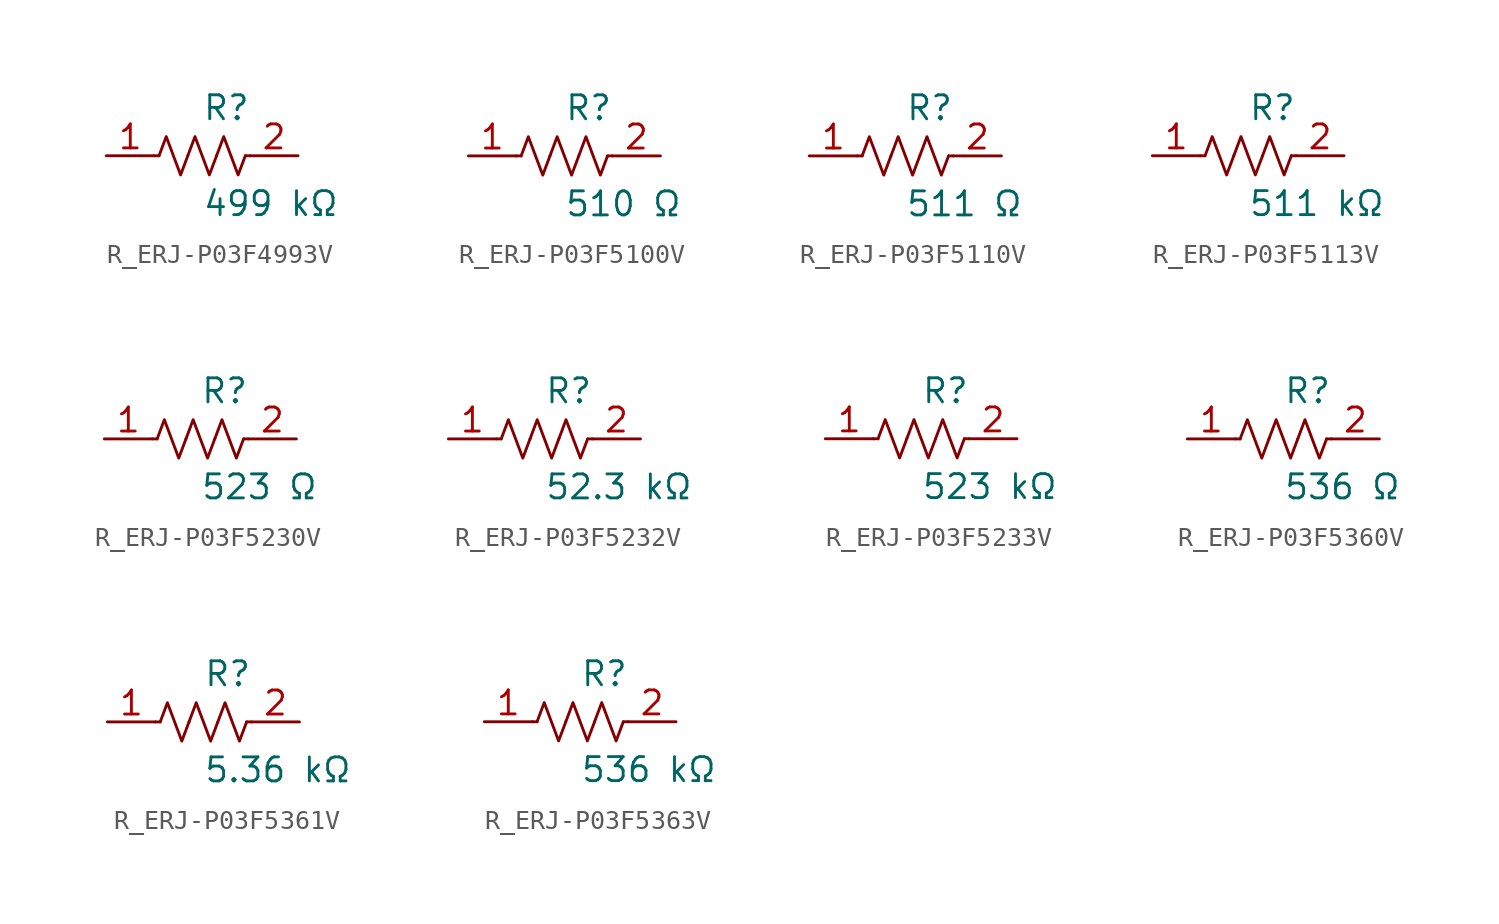
<source format=kicad_sym>
(kicad_symbol_lib
  (version 20231120)
  (generator kicad_symbol_editor)
  (generator_version 8.0)
  (symbol "R_ERJ-P03F4993V"
    (pin_names
      (offset 0.254))
    (property "Reference" "R"
      (at 0.0 2.54 0)
      (effects (font (size 1.27 1.27)) (justify left)))
    (property "Value" "499 kΩ"
      (at 0.0 -2.54 0)
      (effects (font (size 1.27 1.27)) (justify left)))
    (symbol "R_ERJ-P03F4993V_0_1"
      (polyline (pts (xy 2.286 0) (xy 2.54 0)) (stroke (width 0) (type default)) (fill (type none)))
      (polyline (pts (xy -2.286 0) (xy -2.54 0)) (stroke (width 0) (type default)) (fill (type none)))
      (polyline (pts (xy 0.762 0) (xy 1.143 1.016) (xy 1.524 0) (xy 1.905 -1.016) (xy 2.286 0)) (stroke (width 0) (type default)) (fill (type none)))
      (polyline (pts (xy -0.762 0) (xy -0.381 1.016) (xy 0 0) (xy 0.381 -1.016) (xy 0.762 0)) (stroke (width 0) (type default)) (fill (type none)))
      (polyline (pts (xy -2.286 0) (xy -1.905 1.016) (xy -1.524 0) (xy -1.143 -1.016) (xy -0.762 0)) (stroke (width 0) (type default)) (fill (type none))))
    (pin unspecified line
      (at -5.08 0 0)
      (length 2.54)
      (name "" (effects (font (size 1.27 1.27))))
      (number "1" (effects (font (size 1.27 1.27)))))
    (pin unspecified line
      (at 5.08 0 180)
      (length 2.54)
      (name "" (effects (font (size 1.27 1.27))))
      (number "2" (effects (font (size 1.27 1.27))))))
  (symbol "R_ERJ-P03F5100V"
    (pin_names
      (offset 0.254))
    (property "Reference" "R"
      (at 0.0 2.54 0)
      (effects (font (size 1.27 1.27)) (justify left)))
    (property "Value" "510 Ω"
      (at 0.0 -2.54 0)
      (effects (font (size 1.27 1.27)) (justify left)))
    (symbol "R_ERJ-P03F5100V_0_1"
      (polyline (pts (xy 2.286 0) (xy 2.54 0)) (stroke (width 0) (type default)) (fill (type none)))
      (polyline (pts (xy -2.286 0) (xy -2.54 0)) (stroke (width 0) (type default)) (fill (type none)))
      (polyline (pts (xy 0.762 0) (xy 1.143 1.016) (xy 1.524 0) (xy 1.905 -1.016) (xy 2.286 0)) (stroke (width 0) (type default)) (fill (type none)))
      (polyline (pts (xy -0.762 0) (xy -0.381 1.016) (xy 0 0) (xy 0.381 -1.016) (xy 0.762 0)) (stroke (width 0) (type default)) (fill (type none)))
      (polyline (pts (xy -2.286 0) (xy -1.905 1.016) (xy -1.524 0) (xy -1.143 -1.016) (xy -0.762 0)) (stroke (width 0) (type default)) (fill (type none))))
    (pin unspecified line
      (at -5.08 0 0)
      (length 2.54)
      (name "" (effects (font (size 1.27 1.27))))
      (number "1" (effects (font (size 1.27 1.27)))))
    (pin unspecified line
      (at 5.08 0 180)
      (length 2.54)
      (name "" (effects (font (size 1.27 1.27))))
      (number "2" (effects (font (size 1.27 1.27))))))
  (symbol "R_ERJ-P03F5110V"
    (pin_names
      (offset 0.254))
    (property "Reference" "R"
      (at 0.0 2.54 0)
      (effects (font (size 1.27 1.27)) (justify left)))
    (property "Value" "511 Ω"
      (at 0.0 -2.54 0)
      (effects (font (size 1.27 1.27)) (justify left)))
    (symbol "R_ERJ-P03F5110V_0_1"
      (polyline (pts (xy 2.286 0) (xy 2.54 0)) (stroke (width 0) (type default)) (fill (type none)))
      (polyline (pts (xy -2.286 0) (xy -2.54 0)) (stroke (width 0) (type default)) (fill (type none)))
      (polyline (pts (xy 0.762 0) (xy 1.143 1.016) (xy 1.524 0) (xy 1.905 -1.016) (xy 2.286 0)) (stroke (width 0) (type default)) (fill (type none)))
      (polyline (pts (xy -0.762 0) (xy -0.381 1.016) (xy 0 0) (xy 0.381 -1.016) (xy 0.762 0)) (stroke (width 0) (type default)) (fill (type none)))
      (polyline (pts (xy -2.286 0) (xy -1.905 1.016) (xy -1.524 0) (xy -1.143 -1.016) (xy -0.762 0)) (stroke (width 0) (type default)) (fill (type none))))
    (pin unspecified line
      (at -5.08 0 0)
      (length 2.54)
      (name "" (effects (font (size 1.27 1.27))))
      (number "1" (effects (font (size 1.27 1.27)))))
    (pin unspecified line
      (at 5.08 0 180)
      (length 2.54)
      (name "" (effects (font (size 1.27 1.27))))
      (number "2" (effects (font (size 1.27 1.27))))))
  (symbol "R_ERJ-P03F5113V"
    (pin_names
      (offset 0.254))
    (property "Reference" "R"
      (at 0.0 2.54 0)
      (effects (font (size 1.27 1.27)) (justify left)))
    (property "Value" "511 kΩ"
      (at 0.0 -2.54 0)
      (effects (font (size 1.27 1.27)) (justify left)))
    (symbol "R_ERJ-P03F5113V_0_1"
      (polyline (pts (xy 2.286 0) (xy 2.54 0)) (stroke (width 0) (type default)) (fill (type none)))
      (polyline (pts (xy -2.286 0) (xy -2.54 0)) (stroke (width 0) (type default)) (fill (type none)))
      (polyline (pts (xy 0.762 0) (xy 1.143 1.016) (xy 1.524 0) (xy 1.905 -1.016) (xy 2.286 0)) (stroke (width 0) (type default)) (fill (type none)))
      (polyline (pts (xy -0.762 0) (xy -0.381 1.016) (xy 0 0) (xy 0.381 -1.016) (xy 0.762 0)) (stroke (width 0) (type default)) (fill (type none)))
      (polyline (pts (xy -2.286 0) (xy -1.905 1.016) (xy -1.524 0) (xy -1.143 -1.016) (xy -0.762 0)) (stroke (width 0) (type default)) (fill (type none))))
    (pin unspecified line
      (at -5.08 0 0)
      (length 2.54)
      (name "" (effects (font (size 1.27 1.27))))
      (number "1" (effects (font (size 1.27 1.27)))))
    (pin unspecified line
      (at 5.08 0 180)
      (length 2.54)
      (name "" (effects (font (size 1.27 1.27))))
      (number "2" (effects (font (size 1.27 1.27))))))
  (symbol "R_ERJ-P03F5230V"
    (pin_names
      (offset 0.254))
    (property "Reference" "R"
      (at 0.0 2.54 0)
      (effects (font (size 1.27 1.27)) (justify left)))
    (property "Value" "523 Ω"
      (at 0.0 -2.54 0)
      (effects (font (size 1.27 1.27)) (justify left)))
    (symbol "R_ERJ-P03F5230V_0_1"
      (polyline (pts (xy 2.286 0) (xy 2.54 0)) (stroke (width 0) (type default)) (fill (type none)))
      (polyline (pts (xy -2.286 0) (xy -2.54 0)) (stroke (width 0) (type default)) (fill (type none)))
      (polyline (pts (xy 0.762 0) (xy 1.143 1.016) (xy 1.524 0) (xy 1.905 -1.016) (xy 2.286 0)) (stroke (width 0) (type default)) (fill (type none)))
      (polyline (pts (xy -0.762 0) (xy -0.381 1.016) (xy 0 0) (xy 0.381 -1.016) (xy 0.762 0)) (stroke (width 0) (type default)) (fill (type none)))
      (polyline (pts (xy -2.286 0) (xy -1.905 1.016) (xy -1.524 0) (xy -1.143 -1.016) (xy -0.762 0)) (stroke (width 0) (type default)) (fill (type none))))
    (pin unspecified line
      (at -5.08 0 0)
      (length 2.54)
      (name "" (effects (font (size 1.27 1.27))))
      (number "1" (effects (font (size 1.27 1.27)))))
    (pin unspecified line
      (at 5.08 0 180)
      (length 2.54)
      (name "" (effects (font (size 1.27 1.27))))
      (number "2" (effects (font (size 1.27 1.27))))))
  (symbol "R_ERJ-P03F5232V"
    (pin_names
      (offset 0.254))
    (property "Reference" "R"
      (at 0.0 2.54 0)
      (effects (font (size 1.27 1.27)) (justify left)))
    (property "Value" "52.3 kΩ"
      (at 0.0 -2.54 0)
      (effects (font (size 1.27 1.27)) (justify left)))
    (symbol "R_ERJ-P03F5232V_0_1"
      (polyline (pts (xy 2.286 0) (xy 2.54 0)) (stroke (width 0) (type default)) (fill (type none)))
      (polyline (pts (xy -2.286 0) (xy -2.54 0)) (stroke (width 0) (type default)) (fill (type none)))
      (polyline (pts (xy 0.762 0) (xy 1.143 1.016) (xy 1.524 0) (xy 1.905 -1.016) (xy 2.286 0)) (stroke (width 0) (type default)) (fill (type none)))
      (polyline (pts (xy -0.762 0) (xy -0.381 1.016) (xy 0 0) (xy 0.381 -1.016) (xy 0.762 0)) (stroke (width 0) (type default)) (fill (type none)))
      (polyline (pts (xy -2.286 0) (xy -1.905 1.016) (xy -1.524 0) (xy -1.143 -1.016) (xy -0.762 0)) (stroke (width 0) (type default)) (fill (type none))))
    (pin unspecified line
      (at -5.08 0 0)
      (length 2.54)
      (name "" (effects (font (size 1.27 1.27))))
      (number "1" (effects (font (size 1.27 1.27)))))
    (pin unspecified line
      (at 5.08 0 180)
      (length 2.54)
      (name "" (effects (font (size 1.27 1.27))))
      (number "2" (effects (font (size 1.27 1.27))))))
  (symbol "R_ERJ-P03F5233V"
    (pin_names
      (offset 0.254))
    (property "Reference" "R"
      (at 0.0 2.54 0)
      (effects (font (size 1.27 1.27)) (justify left)))
    (property "Value" "523 kΩ"
      (at 0.0 -2.54 0)
      (effects (font (size 1.27 1.27)) (justify left)))
    (symbol "R_ERJ-P03F5233V_0_1"
      (polyline (pts (xy 2.286 0) (xy 2.54 0)) (stroke (width 0) (type default)) (fill (type none)))
      (polyline (pts (xy -2.286 0) (xy -2.54 0)) (stroke (width 0) (type default)) (fill (type none)))
      (polyline (pts (xy 0.762 0) (xy 1.143 1.016) (xy 1.524 0) (xy 1.905 -1.016) (xy 2.286 0)) (stroke (width 0) (type default)) (fill (type none)))
      (polyline (pts (xy -0.762 0) (xy -0.381 1.016) (xy 0 0) (xy 0.381 -1.016) (xy 0.762 0)) (stroke (width 0) (type default)) (fill (type none)))
      (polyline (pts (xy -2.286 0) (xy -1.905 1.016) (xy -1.524 0) (xy -1.143 -1.016) (xy -0.762 0)) (stroke (width 0) (type default)) (fill (type none))))
    (pin unspecified line
      (at -5.08 0 0)
      (length 2.54)
      (name "" (effects (font (size 1.27 1.27))))
      (number "1" (effects (font (size 1.27 1.27)))))
    (pin unspecified line
      (at 5.08 0 180)
      (length 2.54)
      (name "" (effects (font (size 1.27 1.27))))
      (number "2" (effects (font (size 1.27 1.27))))))
  (symbol "R_ERJ-P03F5360V"
    (pin_names
      (offset 0.254))
    (property "Reference" "R"
      (at 0.0 2.54 0)
      (effects (font (size 1.27 1.27)) (justify left)))
    (property "Value" "536 Ω"
      (at 0.0 -2.54 0)
      (effects (font (size 1.27 1.27)) (justify left)))
    (symbol "R_ERJ-P03F5360V_0_1"
      (polyline (pts (xy 2.286 0) (xy 2.54 0)) (stroke (width 0) (type default)) (fill (type none)))
      (polyline (pts (xy -2.286 0) (xy -2.54 0)) (stroke (width 0) (type default)) (fill (type none)))
      (polyline (pts (xy 0.762 0) (xy 1.143 1.016) (xy 1.524 0) (xy 1.905 -1.016) (xy 2.286 0)) (stroke (width 0) (type default)) (fill (type none)))
      (polyline (pts (xy -0.762 0) (xy -0.381 1.016) (xy 0 0) (xy 0.381 -1.016) (xy 0.762 0)) (stroke (width 0) (type default)) (fill (type none)))
      (polyline (pts (xy -2.286 0) (xy -1.905 1.016) (xy -1.524 0) (xy -1.143 -1.016) (xy -0.762 0)) (stroke (width 0) (type default)) (fill (type none))))
    (pin unspecified line
      (at -5.08 0 0)
      (length 2.54)
      (name "" (effects (font (size 1.27 1.27))))
      (number "1" (effects (font (size 1.27 1.27)))))
    (pin unspecified line
      (at 5.08 0 180)
      (length 2.54)
      (name "" (effects (font (size 1.27 1.27))))
      (number "2" (effects (font (size 1.27 1.27))))))
  (symbol "R_ERJ-P03F5361V"
    (pin_names
      (offset 0.254))
    (property "Reference" "R"
      (at 0.0 2.54 0)
      (effects (font (size 1.27 1.27)) (justify left)))
    (property "Value" "5.36 kΩ"
      (at 0.0 -2.54 0)
      (effects (font (size 1.27 1.27)) (justify left)))
    (symbol "R_ERJ-P03F5361V_0_1"
      (polyline (pts (xy 2.286 0) (xy 2.54 0)) (stroke (width 0) (type default)) (fill (type none)))
      (polyline (pts (xy -2.286 0) (xy -2.54 0)) (stroke (width 0) (type default)) (fill (type none)))
      (polyline (pts (xy 0.762 0) (xy 1.143 1.016) (xy 1.524 0) (xy 1.905 -1.016) (xy 2.286 0)) (stroke (width 0) (type default)) (fill (type none)))
      (polyline (pts (xy -0.762 0) (xy -0.381 1.016) (xy 0 0) (xy 0.381 -1.016) (xy 0.762 0)) (stroke (width 0) (type default)) (fill (type none)))
      (polyline (pts (xy -2.286 0) (xy -1.905 1.016) (xy -1.524 0) (xy -1.143 -1.016) (xy -0.762 0)) (stroke (width 0) (type default)) (fill (type none))))
    (pin unspecified line
      (at -5.08 0 0)
      (length 2.54)
      (name "" (effects (font (size 1.27 1.27))))
      (number "1" (effects (font (size 1.27 1.27)))))
    (pin unspecified line
      (at 5.08 0 180)
      (length 2.54)
      (name "" (effects (font (size 1.27 1.27))))
      (number "2" (effects (font (size 1.27 1.27))))))
  (symbol "R_ERJ-P03F5363V"
    (pin_names
      (offset 0.254))
    (property "Reference" "R"
      (at 0.0 2.54 0)
      (effects (font (size 1.27 1.27)) (justify left)))
    (property "Value" "536 kΩ"
      (at 0.0 -2.54 0)
      (effects (font (size 1.27 1.27)) (justify left)))
    (symbol "R_ERJ-P03F5363V_0_1"
      (polyline (pts (xy 2.286 0) (xy 2.54 0)) (stroke (width 0) (type default)) (fill (type none)))
      (polyline (pts (xy -2.286 0) (xy -2.54 0)) (stroke (width 0) (type default)) (fill (type none)))
      (polyline (pts (xy 0.762 0) (xy 1.143 1.016) (xy 1.524 0) (xy 1.905 -1.016) (xy 2.286 0)) (stroke (width 0) (type default)) (fill (type none)))
      (polyline (pts (xy -0.762 0) (xy -0.381 1.016) (xy 0 0) (xy 0.381 -1.016) (xy 0.762 0)) (stroke (width 0) (type default)) (fill (type none)))
      (polyline (pts (xy -2.286 0) (xy -1.905 1.016) (xy -1.524 0) (xy -1.143 -1.016) (xy -0.762 0)) (stroke (width 0) (type default)) (fill (type none))))
    (pin unspecified line
      (at -5.08 0 0)
      (length 2.54)
      (name "" (effects (font (size 1.27 1.27))))
      (number "1" (effects (font (size 1.27 1.27)))))
    (pin unspecified line
      (at 5.08 0 180)
      (length 2.54)
      (name "" (effects (font (size 1.27 1.27))))
      (number "2" (effects (font (size 1.27 1.27)))))))
</source>
